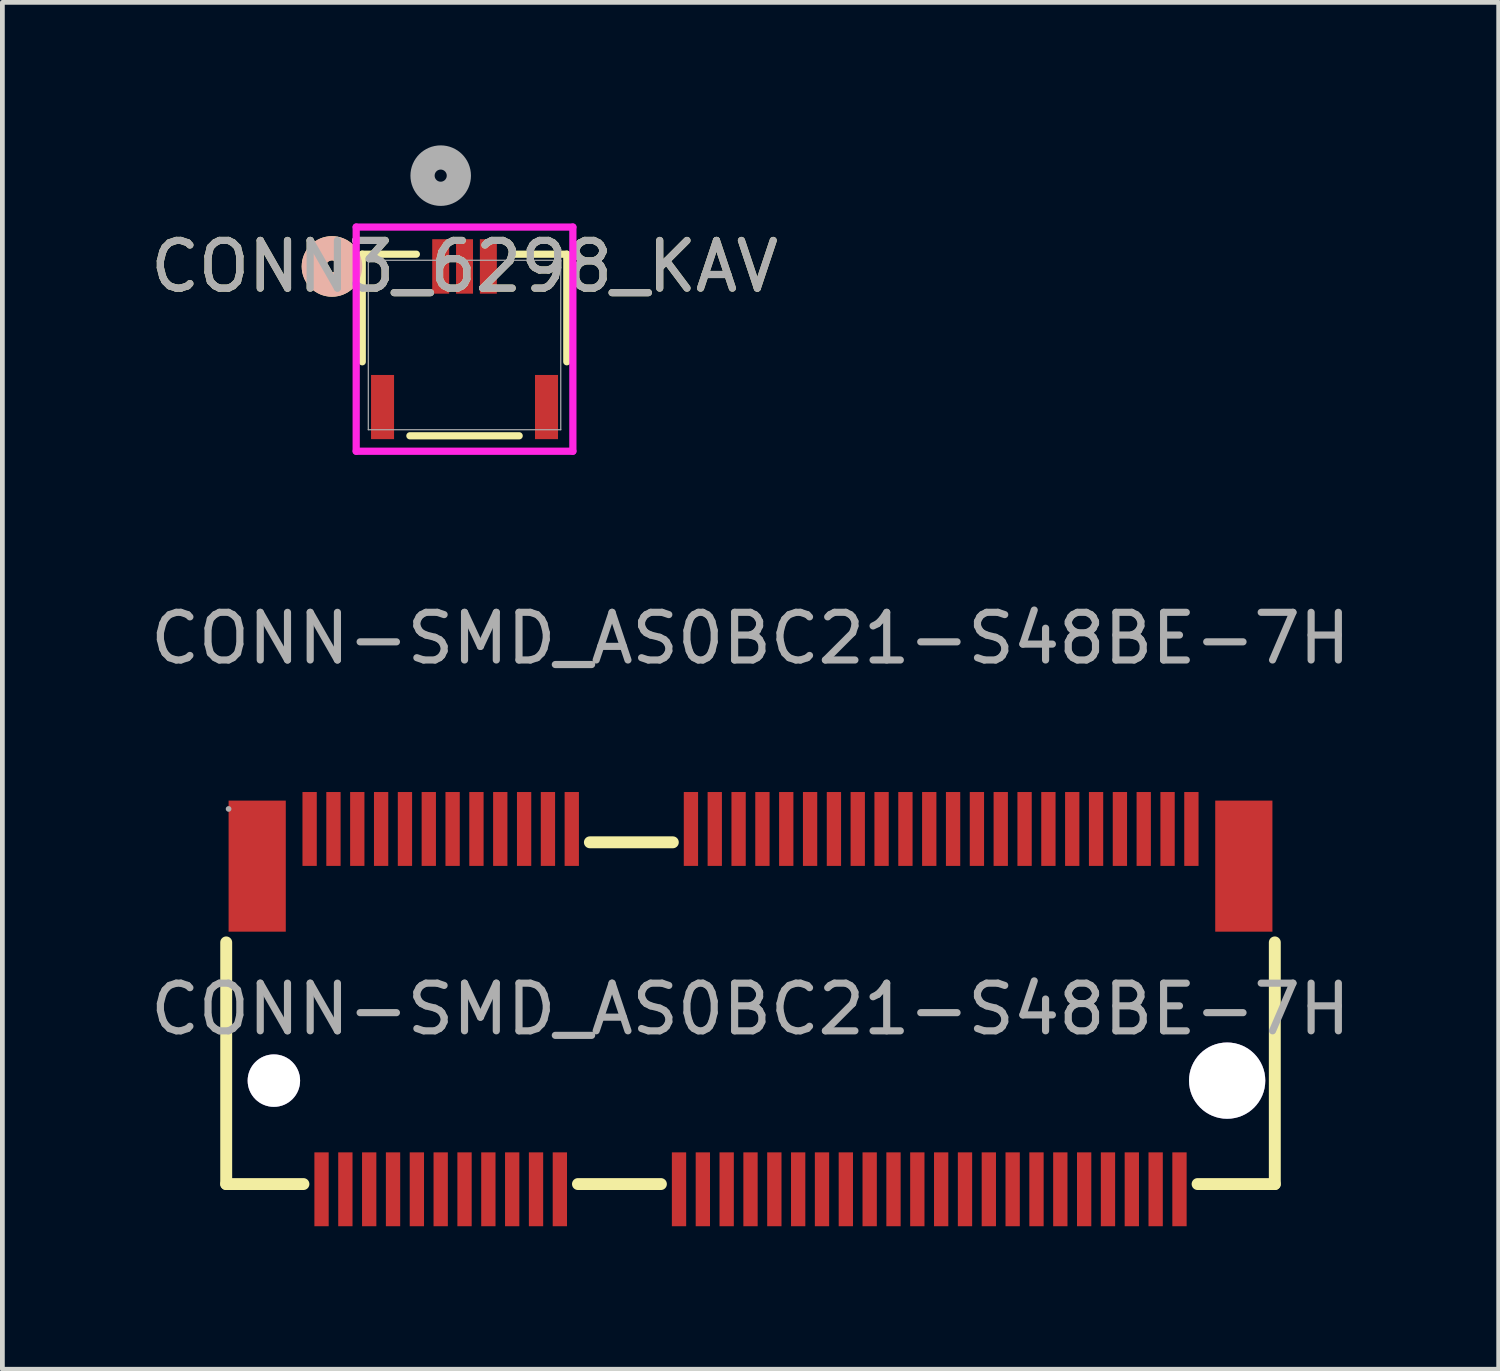
<source format=kicad_pcb>
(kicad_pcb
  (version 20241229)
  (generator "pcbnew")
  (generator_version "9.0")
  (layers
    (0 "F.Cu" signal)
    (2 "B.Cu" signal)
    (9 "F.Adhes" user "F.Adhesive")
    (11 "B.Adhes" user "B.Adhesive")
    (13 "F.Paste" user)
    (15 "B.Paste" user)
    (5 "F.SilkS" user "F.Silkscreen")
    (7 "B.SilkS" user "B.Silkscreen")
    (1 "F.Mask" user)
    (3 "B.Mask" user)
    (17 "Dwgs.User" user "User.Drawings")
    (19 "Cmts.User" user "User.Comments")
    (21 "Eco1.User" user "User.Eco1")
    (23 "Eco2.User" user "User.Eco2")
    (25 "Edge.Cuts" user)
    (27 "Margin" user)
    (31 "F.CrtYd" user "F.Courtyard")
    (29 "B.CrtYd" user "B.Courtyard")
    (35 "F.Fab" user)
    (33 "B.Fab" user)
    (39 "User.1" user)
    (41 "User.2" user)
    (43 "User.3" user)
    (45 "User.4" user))
  (footprint "CONN3_6298_KAV"
    (layer "F.Cu")
    (at 6.696 4.188)
    (property "Reference" "CONN3_6298_KAV" (at 0 -1.648 0) (unlocked yes) (layer "F.SilkS") (effects (font (size 1 1) (thickness 0.15))))
    (attr smd)
    (fp_line (start -2.146 -1.905) (end -2.146 0.352) (stroke (width 0.152) (type solid)) (layer "F.SilkS"))
    (fp_line (start -1.146 1.905) (end 1.146 1.905) (stroke (width 0.152) (type solid)) (layer "F.SilkS"))
    (fp_line (start -1.011 -1.905) (end -2.146 -1.905) (stroke (width 0.152) (type solid)) (layer "F.SilkS"))
    (fp_line (start 2.146 -1.905) (end 1.011 -1.905) (stroke (width 0.152) (type solid)) (layer "F.SilkS"))
    (fp_line (start 2.146 0.352) (end 2.146 -1.905) (stroke (width 0.152) (type solid)) (layer "F.SilkS"))
    (fp_circle (center -2.781 -1.648) (end -2.4 -1.648) (stroke (width 0.508) (type solid)) (fill no) (layer "F.SilkS"))
    (fp_circle (center -2.781 -1.648) (end -2.4 -1.648) (stroke (width 0.508) (type solid)) (fill no) (layer "B.SilkS"))
    (fp_line (start -2.273 -2.474) (end -2.273 2.229) (stroke (width 0.152) (type solid)) (layer "F.CrtYd"))
    (fp_line (start -2.273 2.229) (end 2.273 2.229) (stroke (width 0.152) (type solid)) (layer "F.CrtYd"))
    (fp_line (start 2.273 -2.474) (end -2.273 -2.474) (stroke (width 0.152) (type solid)) (layer "F.CrtYd"))
    (fp_line (start 2.273 2.229) (end 2.273 -2.474) (stroke (width 0.152) (type solid)) (layer "F.CrtYd"))
    (fp_line (start -2.019 -1.778) (end -2.019 1.778) (stroke (width 0.025) (type solid)) (layer "F.Fab"))
    (fp_line (start -2.019 1.778) (end 2.019 1.778) (stroke (width 0.025) (type solid)) (layer "F.Fab"))
    (fp_line (start 2.019 -1.778) (end -2.019 -1.778) (stroke (width 0.025) (type solid)) (layer "F.Fab"))
    (fp_line (start 2.019 1.778) (end 2.019 -1.778) (stroke (width 0.025) (type solid)) (layer "F.Fab"))
    (fp_circle (center -0.5 -3.553) (end -0.119 -3.553) (stroke (width 0.508) (type solid)) (fill no) (layer "F.Fab"))
    (fp_text user "${REFERENCE}" (at 0 -1.648 0) (unlocked yes) (layer "F.Fab") (effects (font (size 1 1) (thickness 0.15))))
    (pad "1" smd rect (at -0.5 -1.648) (size 0.356 1.143) (layers "F.Cu" "F.Mask" "F.Paste"))
    (pad "2" smd rect (at 0 -1.648) (size 0.356 1.143) (layers "F.Cu" "F.Mask" "F.Paste"))
    (pad "3" smd rect (at 0.5 -1.648) (size 0.356 1.143) (layers "F.Cu" "F.Mask" "F.Paste"))
    (pad "4" smd rect (at -1.72 1.302) (size 0.483 1.346) (layers "F.Cu" "F.Mask" "F.Paste"))
    (pad "5" smd rect (at 1.72 1.302) (size 0.483 1.346) (layers "F.Cu" "F.Mask" "F.Paste")))
  (footprint "CONN-SMD_AS0BC21-S48BE-7H"
    (layer "F.Cu")
    (at 12.696 18.122)
    (property "Reference" "CONN-SMD_AS0BC21-S48BE-7H" (at 0 -7.78 0) (layer "F.Fab") (effects (font (size 1 1) (thickness 0.15))))
    (attr smd)
    (fp_line (start -11 3.67) (end -11 -1.4) (stroke (width 0.25) (type solid)) (layer "F.SilkS"))
    (fp_line (start -11 3.67) (end -9.38 3.67) (stroke (width 0.25) (type solid)) (layer "F.SilkS"))
    (fp_line (start -3.62 3.67) (end -1.88 3.67) (stroke (width 0.25) (type solid)) (layer "F.SilkS"))
    (fp_line (start -3.37 -3.5) (end -1.63 -3.5) (stroke (width 0.25) (type solid)) (layer "F.SilkS"))
    (fp_line (start 9.38 3.67) (end 11 3.67) (stroke (width 0.25) (type solid)) (layer "F.SilkS"))
    (fp_line (start 11 -1.4) (end 11 3.67) (stroke (width 0.25) (type solid)) (layer "F.SilkS"))
    (fp_circle (center -10 1.5) (end -9.76 1.5) (stroke (width 0.48) (type solid)) (fill no) (layer "Cmts.User"))
    (fp_circle (center 10 1.5) (end 10.35 1.5) (stroke (width 0.7) (type solid)) (fill no) (layer "Cmts.User"))
    (fp_circle (center -10.95 -4.2) (end -10.92 -4.2) (stroke (width 0.06) (type solid)) (fill no) (layer "F.Fab"))
    (fp_text user "${REFERENCE}" (at 0 0 0) (layer "F.Fab") (effects (font (size 1 1) (thickness 0.15))))
    (pad "" thru_hole circle (at -10 1.5) (size 1.1 1.1) (drill 1.1) (layers "*.Cu" "*.Mask"))
    (pad "" thru_hole circle (at 10 1.5) (size 1.6 1.6) (drill 1.6) (layers "*.Cu" "*.Mask"))
    (pad "1" smd rect (at -9.25 -3.78) (size 0.3 1.55) (layers "F.Cu" "F.Mask" "F.Paste"))
    (pad "2" smd rect (at -9 3.78) (size 0.3 1.55) (layers "F.Cu" "F.Mask" "F.Paste"))
    (pad "3" smd rect (at -8.75 -3.78) (size 0.3 1.55) (layers "F.Cu" "F.Mask" "F.Paste"))
    (pad "4" smd rect (at -8.5 3.78) (size 0.3 1.55) (layers "F.Cu" "F.Mask" "F.Paste"))
    (pad "5" smd rect (at -8.25 -3.78) (size 0.3 1.55) (layers "F.Cu" "F.Mask" "F.Paste"))
    (pad "6" smd rect (at -8 3.78) (size 0.3 1.55) (layers "F.Cu" "F.Mask" "F.Paste"))
    (pad "7" smd rect (at -7.75 -3.78) (size 0.3 1.55) (layers "F.Cu" "F.Mask" "F.Paste"))
    (pad "8" smd rect (at -7.5 3.78) (size 0.3 1.55) (layers "F.Cu" "F.Mask" "F.Paste"))
    (pad "9" smd rect (at -7.25 -3.78) (size 0.3 1.55) (layers "F.Cu" "F.Mask" "F.Paste"))
    (pad "10" smd rect (at -7 3.78) (size 0.3 1.55) (layers "F.Cu" "F.Mask" "F.Paste"))
    (pad "11" smd rect (at -6.75 -3.78) (size 0.3 1.55) (layers "F.Cu" "F.Mask" "F.Paste"))
    (pad "12" smd rect (at -6.5 3.78) (size 0.3 1.55) (layers "F.Cu" "F.Mask" "F.Paste"))
    (pad "13" smd rect (at -6.25 -3.78) (size 0.3 1.55) (layers "F.Cu" "F.Mask" "F.Paste"))
    (pad "14" smd rect (at -6 3.78) (size 0.3 1.55) (layers "F.Cu" "F.Mask" "F.Paste"))
    (pad "15" smd rect (at -5.75 -3.78) (size 0.3 1.55) (layers "F.Cu" "F.Mask" "F.Paste"))
    (pad "16" smd rect (at -5.5 3.78) (size 0.3 1.55) (layers "F.Cu" "F.Mask" "F.Paste"))
    (pad "17" smd rect (at -5.25 -3.78) (size 0.3 1.55) (layers "F.Cu" "F.Mask" "F.Paste"))
    (pad "18" smd rect (at -5 3.78) (size 0.3 1.55) (layers "F.Cu" "F.Mask" "F.Paste"))
    (pad "19" smd rect (at -4.75 -3.78) (size 0.3 1.55) (layers "F.Cu" "F.Mask" "F.Paste"))
    (pad "20" smd rect (at -4.5 3.78) (size 0.3 1.55) (layers "F.Cu" "F.Mask" "F.Paste"))
    (pad "21" smd rect (at -4.25 -3.78) (size 0.3 1.55) (layers "F.Cu" "F.Mask" "F.Paste"))
    (pad "22" smd rect (at -4 3.78) (size 0.3 1.55) (layers "F.Cu" "F.Mask" "F.Paste"))
    (pad "23" smd rect (at -3.75 -3.78) (size 0.3 1.55) (layers "F.Cu" "F.Mask" "F.Paste"))
    (pad "32" smd rect (at -1.5 3.78) (size 0.3 1.55) (layers "F.Cu" "F.Mask" "F.Paste"))
    (pad "33" smd rect (at -1.25 -3.78) (size 0.3 1.55) (layers "F.Cu" "F.Mask" "F.Paste"))
    (pad "34" smd rect (at -1 3.78) (size 0.3 1.55) (layers "F.Cu" "F.Mask" "F.Paste"))
    (pad "35" smd rect (at -0.75 -3.78) (size 0.3 1.55) (layers "F.Cu" "F.Mask" "F.Paste"))
    (pad "36" smd rect (at -0.5 3.78) (size 0.3 1.55) (layers "F.Cu" "F.Mask" "F.Paste"))
    (pad "37" smd rect (at -0.25 -3.78) (size 0.3 1.55) (layers "F.Cu" "F.Mask" "F.Paste"))
    (pad "38" smd rect (at 0 3.78) (size 0.3 1.55) (layers "F.Cu" "F.Mask" "F.Paste"))
    (pad "39" smd rect (at 0.25 -3.78) (size 0.3 1.55) (layers "F.Cu" "F.Mask" "F.Paste"))
    (pad "40" smd rect (at 0.5 3.78) (size 0.3 1.55) (layers "F.Cu" "F.Mask" "F.Paste"))
    (pad "41" smd rect (at 0.75 -3.78) (size 0.3 1.55) (layers "F.Cu" "F.Mask" "F.Paste"))
    (pad "42" smd rect (at 1 3.78) (size 0.3 1.55) (layers "F.Cu" "F.Mask" "F.Paste"))
    (pad "43" smd rect (at 1.25 -3.78) (size 0.3 1.55) (layers "F.Cu" "F.Mask" "F.Paste"))
    (pad "44" smd rect (at 1.5 3.78) (size 0.3 1.55) (layers "F.Cu" "F.Mask" "F.Paste"))
    (pad "45" smd rect (at 1.75 -3.78) (size 0.3 1.55) (layers "F.Cu" "F.Mask" "F.Paste"))
    (pad "46" smd rect (at 2 3.78) (size 0.3 1.55) (layers "F.Cu" "F.Mask" "F.Paste"))
    (pad "47" smd rect (at 2.25 -3.78) (size 0.3 1.55) (layers "F.Cu" "F.Mask" "F.Paste"))
    (pad "48" smd rect (at 2.5 3.78) (size 0.3 1.55) (layers "F.Cu" "F.Mask" "F.Paste"))
    (pad "49" smd rect (at 2.75 -3.78) (size 0.3 1.55) (layers "F.Cu" "F.Mask" "F.Paste"))
    (pad "50" smd rect (at 3 3.78) (size 0.3 1.55) (layers "F.Cu" "F.Mask" "F.Paste"))
    (pad "51" smd rect (at 3.25 -3.78) (size 0.3 1.55) (layers "F.Cu" "F.Mask" "F.Paste"))
    (pad "52" smd rect (at 3.5 3.78) (size 0.3 1.55) (layers "F.Cu" "F.Mask" "F.Paste"))
    (pad "53" smd rect (at 3.75 -3.78) (size 0.3 1.55) (layers "F.Cu" "F.Mask" "F.Paste"))
    (pad "54" smd rect (at 4 3.78) (size 0.3 1.55) (layers "F.Cu" "F.Mask" "F.Paste"))
    (pad "55" smd rect (at 4.25 -3.78) (size 0.3 1.55) (layers "F.Cu" "F.Mask" "F.Paste"))
    (pad "56" smd rect (at 4.5 3.78) (size 0.3 1.55) (layers "F.Cu" "F.Mask" "F.Paste"))
    (pad "57" smd rect (at 4.75 -3.78) (size 0.3 1.55) (layers "F.Cu" "F.Mask" "F.Paste"))
    (pad "58" smd rect (at 5 3.78) (size 0.3 1.55) (layers "F.Cu" "F.Mask" "F.Paste"))
    (pad "59" smd rect (at 5.25 -3.78) (size 0.3 1.55) (layers "F.Cu" "F.Mask" "F.Paste"))
    (pad "60" smd rect (at 5.5 3.78) (size 0.3 1.55) (layers "F.Cu" "F.Mask" "F.Paste"))
    (pad "61" smd rect (at 5.75 -3.78) (size 0.3 1.55) (layers "F.Cu" "F.Mask" "F.Paste"))
    (pad "62" smd rect (at 6 3.78) (size 0.3 1.55) (layers "F.Cu" "F.Mask" "F.Paste"))
    (pad "63" smd rect (at 6.25 -3.78) (size 0.3 1.55) (layers "F.Cu" "F.Mask" "F.Paste"))
    (pad "64" smd rect (at 6.5 3.78) (size 0.3 1.55) (layers "F.Cu" "F.Mask" "F.Paste"))
    (pad "65" smd rect (at 6.75 -3.78) (size 0.3 1.55) (layers "F.Cu" "F.Mask" "F.Paste"))
    (pad "66" smd rect (at 7 3.78) (size 0.3 1.55) (layers "F.Cu" "F.Mask" "F.Paste"))
    (pad "67" smd rect (at 7.25 -3.78) (size 0.3 1.55) (layers "F.Cu" "F.Mask" "F.Paste"))
    (pad "68" smd rect (at 7.5 3.78) (size 0.3 1.55) (layers "F.Cu" "F.Mask" "F.Paste"))
    (pad "69" smd rect (at 7.75 -3.78) (size 0.3 1.55) (layers "F.Cu" "F.Mask" "F.Paste"))
    (pad "70" smd rect (at 8 3.78) (size 0.3 1.55) (layers "F.Cu" "F.Mask" "F.Paste"))
    (pad "71" smd rect (at 8.25 -3.78) (size 0.3 1.55) (layers "F.Cu" "F.Mask" "F.Paste"))
    (pad "72" smd rect (at 8.5 3.78) (size 0.3 1.55) (layers "F.Cu" "F.Mask" "F.Paste"))
    (pad "73" smd rect (at 8.75 -3.78) (size 0.3 1.55) (layers "F.Cu" "F.Mask" "F.Paste"))
    (pad "74" smd rect (at 9 3.78) (size 0.3 1.55) (layers "F.Cu" "F.Mask" "F.Paste"))
    (pad "75" smd rect (at 9.25 -3.78) (size 0.3 1.55) (layers "F.Cu" "F.Mask" "F.Paste"))
    (pad "76" smd rect (at 10.35 -3) (size 1.2 2.75) (layers "F.Cu" "F.Mask" "F.Paste"))
    (pad "77" smd rect (at -10.35 -3) (size 1.2 2.75) (layers "F.Cu" "F.Mask" "F.Paste")))
  (gr_rect
    (start -3 -3)
    (end 28.393 25.677)
    (stroke (width 0.1) (type default))
    (fill no)
    (layer "Edge.Cuts")))
</source>
